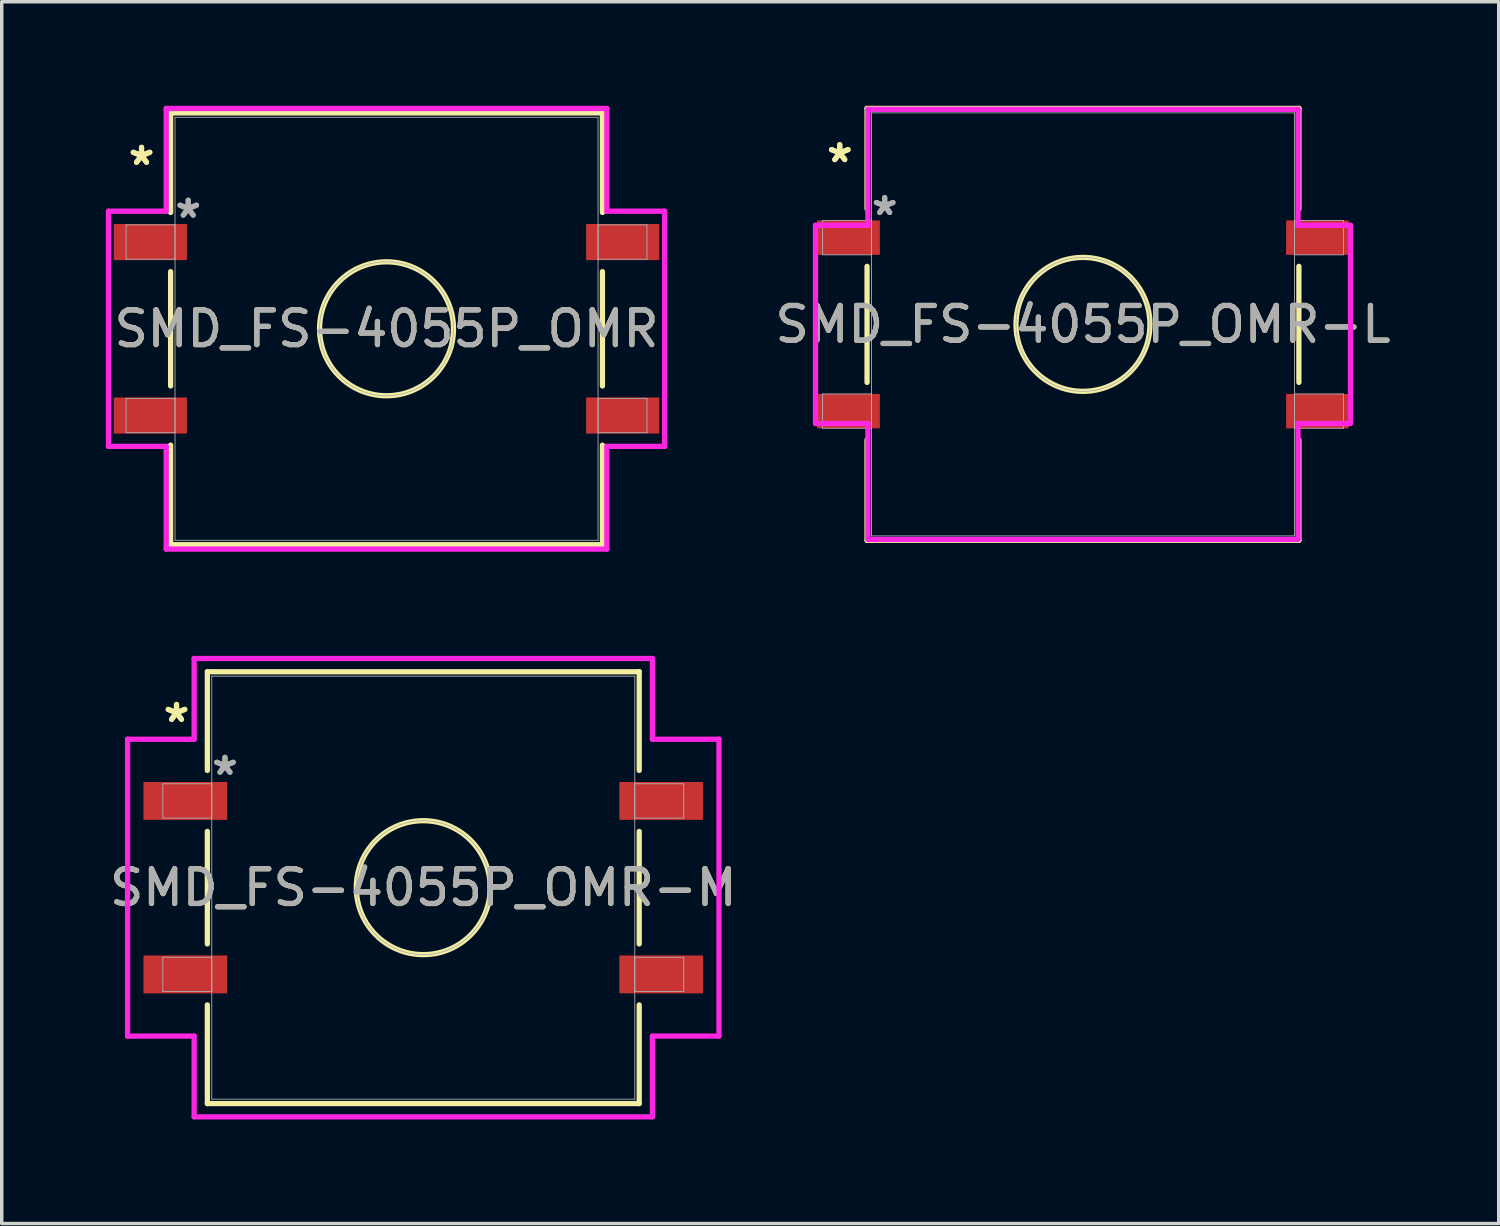
<source format=kicad_pcb>
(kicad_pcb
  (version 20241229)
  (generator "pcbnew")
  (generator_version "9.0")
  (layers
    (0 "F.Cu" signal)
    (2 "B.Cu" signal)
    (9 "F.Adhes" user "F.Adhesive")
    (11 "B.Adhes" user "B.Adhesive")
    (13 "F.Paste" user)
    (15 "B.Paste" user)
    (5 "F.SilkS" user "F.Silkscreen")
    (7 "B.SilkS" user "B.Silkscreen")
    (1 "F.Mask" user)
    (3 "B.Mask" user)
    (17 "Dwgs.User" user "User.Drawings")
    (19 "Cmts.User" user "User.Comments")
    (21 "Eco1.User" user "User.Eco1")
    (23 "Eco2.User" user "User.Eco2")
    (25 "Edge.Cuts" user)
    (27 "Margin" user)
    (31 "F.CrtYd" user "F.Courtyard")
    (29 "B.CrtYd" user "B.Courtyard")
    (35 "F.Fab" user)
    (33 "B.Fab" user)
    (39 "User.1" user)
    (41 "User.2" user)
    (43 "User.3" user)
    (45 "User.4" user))
  (footprint "SMD_FS-4055P_OMR-L"
    (layer "F.Cu")
    (at 28.162 6.299)
    (property "Reference" "SMD_FS-4055P_OMR-L" (at 0 0 0) (unlocked yes) (layer "F.SilkS") (effects (font (size 1 1) (thickness 0.15))))
    (attr smd)
    (fp_line (start -6.223 -6.223) (end -6.223 -3.328) (stroke (width 0.152) (type solid)) (layer "F.SilkS"))
    (fp_line (start -6.223 -1.672) (end -6.223 1.672) (stroke (width 0.152) (type solid)) (layer "F.SilkS"))
    (fp_line (start -6.223 3.328) (end -6.223 6.223) (stroke (width 0.152) (type solid)) (layer "F.SilkS"))
    (fp_line (start -6.223 6.223) (end 6.223 6.223) (stroke (width 0.152) (type solid)) (layer "F.SilkS"))
    (fp_line (start 6.223 -6.223) (end -6.223 -6.223) (stroke (width 0.152) (type solid)) (layer "F.SilkS"))
    (fp_line (start 6.223 -3.328) (end 6.223 -6.223) (stroke (width 0.152) (type solid)) (layer "F.SilkS"))
    (fp_line (start 6.223 1.672) (end 6.223 -1.672) (stroke (width 0.152) (type solid)) (layer "F.SilkS"))
    (fp_line (start 6.223 6.223) (end 6.223 3.328) (stroke (width 0.152) (type solid)) (layer "F.SilkS"))
    (fp_circle (center 0 0) (end 1.93 0) (stroke (width 0.152) (type solid)) (fill no) (layer "F.SilkS"))
    (fp_line (start -7.709 -2.856) (end -6.198 -2.856) (stroke (width 0.152) (type solid)) (layer "F.CrtYd"))
    (fp_line (start -7.709 2.856) (end -7.709 -2.856) (stroke (width 0.152) (type solid)) (layer "F.CrtYd"))
    (fp_line (start -6.198 -6.198) (end 6.198 -6.198) (stroke (width 0.152) (type solid)) (layer "F.CrtYd"))
    (fp_line (start -6.198 -2.856) (end -6.198 -6.198) (stroke (width 0.152) (type solid)) (layer "F.CrtYd"))
    (fp_line (start -6.198 2.856) (end -7.709 2.856) (stroke (width 0.152) (type solid)) (layer "F.CrtYd"))
    (fp_line (start -6.198 6.198) (end -6.198 2.856) (stroke (width 0.152) (type solid)) (layer "F.CrtYd"))
    (fp_line (start 6.198 -6.198) (end 6.198 -2.856) (stroke (width 0.152) (type solid)) (layer "F.CrtYd"))
    (fp_line (start 6.198 -2.856) (end 7.709 -2.856) (stroke (width 0.152) (type solid)) (layer "F.CrtYd"))
    (fp_line (start 6.198 2.856) (end 6.198 6.198) (stroke (width 0.152) (type solid)) (layer "F.CrtYd"))
    (fp_line (start 6.198 6.198) (end -6.198 6.198) (stroke (width 0.152) (type solid)) (layer "F.CrtYd"))
    (fp_line (start 7.709 -2.856) (end 7.709 2.856) (stroke (width 0.152) (type solid)) (layer "F.CrtYd"))
    (fp_line (start 7.709 2.856) (end 6.198 2.856) (stroke (width 0.152) (type solid)) (layer "F.CrtYd"))
    (fp_line (start -7.506 -2.995) (end -7.506 -2.005) (stroke (width 0.025) (type solid)) (layer "F.Fab"))
    (fp_line (start -7.506 -2.005) (end -6.096 -2.005) (stroke (width 0.025) (type solid)) (layer "F.Fab"))
    (fp_line (start -7.506 2.005) (end -7.506 2.995) (stroke (width 0.025) (type solid)) (layer "F.Fab"))
    (fp_line (start -7.506 2.995) (end -6.096 2.995) (stroke (width 0.025) (type solid)) (layer "F.Fab"))
    (fp_line (start -6.096 -6.096) (end -6.096 6.096) (stroke (width 0.025) (type solid)) (layer "F.Fab"))
    (fp_line (start -6.096 -2.995) (end -7.506 -2.995) (stroke (width 0.025) (type solid)) (layer "F.Fab"))
    (fp_line (start -6.096 -2.005) (end -6.096 -2.995) (stroke (width 0.025) (type solid)) (layer "F.Fab"))
    (fp_line (start -6.096 2.005) (end -7.506 2.005) (stroke (width 0.025) (type solid)) (layer "F.Fab"))
    (fp_line (start -6.096 2.995) (end -6.096 2.005) (stroke (width 0.025) (type solid)) (layer "F.Fab"))
    (fp_line (start -6.096 6.096) (end 6.096 6.096) (stroke (width 0.025) (type solid)) (layer "F.Fab"))
    (fp_line (start 6.096 -6.096) (end -6.096 -6.096) (stroke (width 0.025) (type solid)) (layer "F.Fab"))
    (fp_line (start 6.096 -2.995) (end 6.096 -2.005) (stroke (width 0.025) (type solid)) (layer "F.Fab"))
    (fp_line (start 6.096 -2.005) (end 7.506 -2.005) (stroke (width 0.025) (type solid)) (layer "F.Fab"))
    (fp_line (start 6.096 2.005) (end 6.096 2.995) (stroke (width 0.025) (type solid)) (layer "F.Fab"))
    (fp_line (start 6.096 2.995) (end 7.506 2.995) (stroke (width 0.025) (type solid)) (layer "F.Fab"))
    (fp_line (start 6.096 6.096) (end 6.096 -6.096) (stroke (width 0.025) (type solid)) (layer "F.Fab"))
    (fp_line (start 7.506 -2.995) (end 6.096 -2.995) (stroke (width 0.025) (type solid)) (layer "F.Fab"))
    (fp_line (start 7.506 -2.005) (end 7.506 -2.995) (stroke (width 0.025) (type solid)) (layer "F.Fab"))
    (fp_line (start 7.506 2.005) (end 6.096 2.005) (stroke (width 0.025) (type solid)) (layer "F.Fab"))
    (fp_line (start 7.506 2.995) (end 7.506 2.005) (stroke (width 0.025) (type solid)) (layer "F.Fab"))
    (fp_circle (center 0 0) (end 1.93 0) (stroke (width 0.025) (type solid)) (fill no) (layer "F.Fab"))
    (fp_text user "*" (at -7.01 -4.634 0) (layer "F.SilkS") (effects (font (size 1 1) (thickness 0.15))))
    (fp_text user "*" (at -7.01 -4.634 0) (unlocked yes) (layer "F.SilkS") (effects (font (size 1 1) (thickness 0.15))))
    (fp_text user "*" (at -5.715 -3.11 0) (unlocked yes) (layer "F.Fab") (effects (font (size 1 1) (thickness 0.15))))
    (fp_text user "${REFERENCE}" (at 0 0 0) (unlocked yes) (layer "F.Fab") (effects (font (size 1 1) (thickness 0.15))))
    (fp_text user "*" (at -5.715 -3.11 0) (layer "F.Fab") (effects (font (size 1 1) (thickness 0.15))))
    (pad "1" smd rect (at -6.756 -2.5) (size 1.803 0.991) (layers "F.Cu" "F.Mask" "F.Paste"))
    (pad "2" smd rect (at 6.756 -2.5) (size 1.803 0.991) (layers "F.Cu" "F.Mask" "F.Paste"))
    (pad "3" smd rect (at -6.756 2.5) (size 1.803 0.991) (layers "F.Cu" "F.Mask" "F.Paste"))
    (pad "4" smd rect (at 6.756 2.5) (size 1.803 0.991) (layers "F.Cu" "F.Mask" "F.Paste")))
  (footprint "SMD_FS-4055P_OMR-M"
    (layer "F.Cu")
    (at 9.149 22.533)
    (property "Reference" "SMD_FS-4055P_OMR-M" (at 0 0 0) (unlocked yes) (layer "F.SilkS") (effects (font (size 1 1) (thickness 0.15))))
    (attr smd)
    (fp_line (start -6.223 -6.223) (end -6.223 -3.379) (stroke (width 0.152) (type solid)) (layer "F.SilkS"))
    (fp_line (start -6.223 -1.621) (end -6.223 1.621) (stroke (width 0.152) (type solid)) (layer "F.SilkS"))
    (fp_line (start -6.223 3.379) (end -6.223 6.223) (stroke (width 0.152) (type solid)) (layer "F.SilkS"))
    (fp_line (start -6.223 6.223) (end 6.223 6.223) (stroke (width 0.152) (type solid)) (layer "F.SilkS"))
    (fp_line (start 6.223 -6.223) (end -6.223 -6.223) (stroke (width 0.152) (type solid)) (layer "F.SilkS"))
    (fp_line (start 6.223 -3.379) (end 6.223 -6.223) (stroke (width 0.152) (type solid)) (layer "F.SilkS"))
    (fp_line (start 6.223 1.621) (end 6.223 -1.621) (stroke (width 0.152) (type solid)) (layer "F.SilkS"))
    (fp_line (start 6.223 6.223) (end 6.223 3.379) (stroke (width 0.152) (type solid)) (layer "F.SilkS"))
    (fp_circle (center 0 0) (end 1.93 0) (stroke (width 0.152) (type solid)) (fill no) (layer "F.SilkS"))
    (fp_line (start -8.522 -4.278) (end -6.604 -4.278) (stroke (width 0.152) (type solid)) (layer "F.CrtYd"))
    (fp_line (start -8.522 4.278) (end -8.522 -4.278) (stroke (width 0.152) (type solid)) (layer "F.CrtYd"))
    (fp_line (start -6.604 -6.604) (end 6.604 -6.604) (stroke (width 0.152) (type solid)) (layer "F.CrtYd"))
    (fp_line (start -6.604 -4.278) (end -6.604 -6.604) (stroke (width 0.152) (type solid)) (layer "F.CrtYd"))
    (fp_line (start -6.604 4.278) (end -8.522 4.278) (stroke (width 0.152) (type solid)) (layer "F.CrtYd"))
    (fp_line (start -6.604 6.604) (end -6.604 4.278) (stroke (width 0.152) (type solid)) (layer "F.CrtYd"))
    (fp_line (start 6.604 -6.604) (end 6.604 -4.278) (stroke (width 0.152) (type solid)) (layer "F.CrtYd"))
    (fp_line (start 6.604 -4.278) (end 8.522 -4.278) (stroke (width 0.152) (type solid)) (layer "F.CrtYd"))
    (fp_line (start 6.604 4.278) (end 6.604 6.604) (stroke (width 0.152) (type solid)) (layer "F.CrtYd"))
    (fp_line (start 6.604 6.604) (end -6.604 6.604) (stroke (width 0.152) (type solid)) (layer "F.CrtYd"))
    (fp_line (start 8.522 -4.278) (end 8.522 4.278) (stroke (width 0.152) (type solid)) (layer "F.CrtYd"))
    (fp_line (start 8.522 4.278) (end 6.604 4.278) (stroke (width 0.152) (type solid)) (layer "F.CrtYd"))
    (fp_line (start -7.506 -2.995) (end -7.506 -2.005) (stroke (width 0.025) (type solid)) (layer "F.Fab"))
    (fp_line (start -7.506 -2.005) (end -6.096 -2.005) (stroke (width 0.025) (type solid)) (layer "F.Fab"))
    (fp_line (start -7.506 2.005) (end -7.506 2.995) (stroke (width 0.025) (type solid)) (layer "F.Fab"))
    (fp_line (start -7.506 2.995) (end -6.096 2.995) (stroke (width 0.025) (type solid)) (layer "F.Fab"))
    (fp_line (start -6.096 -6.096) (end -6.096 6.096) (stroke (width 0.025) (type solid)) (layer "F.Fab"))
    (fp_line (start -6.096 -2.995) (end -7.506 -2.995) (stroke (width 0.025) (type solid)) (layer "F.Fab"))
    (fp_line (start -6.096 -2.005) (end -6.096 -2.995) (stroke (width 0.025) (type solid)) (layer "F.Fab"))
    (fp_line (start -6.096 2.005) (end -7.506 2.005) (stroke (width 0.025) (type solid)) (layer "F.Fab"))
    (fp_line (start -6.096 2.995) (end -6.096 2.005) (stroke (width 0.025) (type solid)) (layer "F.Fab"))
    (fp_line (start -6.096 6.096) (end 6.096 6.096) (stroke (width 0.025) (type solid)) (layer "F.Fab"))
    (fp_line (start 6.096 -6.096) (end -6.096 -6.096) (stroke (width 0.025) (type solid)) (layer "F.Fab"))
    (fp_line (start 6.096 -2.995) (end 6.096 -2.005) (stroke (width 0.025) (type solid)) (layer "F.Fab"))
    (fp_line (start 6.096 -2.005) (end 7.506 -2.005) (stroke (width 0.025) (type solid)) (layer "F.Fab"))
    (fp_line (start 6.096 2.005) (end 6.096 2.995) (stroke (width 0.025) (type solid)) (layer "F.Fab"))
    (fp_line (start 6.096 2.995) (end 7.506 2.995) (stroke (width 0.025) (type solid)) (layer "F.Fab"))
    (fp_line (start 6.096 6.096) (end 6.096 -6.096) (stroke (width 0.025) (type solid)) (layer "F.Fab"))
    (fp_line (start 7.506 -2.995) (end 6.096 -2.995) (stroke (width 0.025) (type solid)) (layer "F.Fab"))
    (fp_line (start 7.506 -2.005) (end 7.506 -2.995) (stroke (width 0.025) (type solid)) (layer "F.Fab"))
    (fp_line (start 7.506 2.005) (end 6.096 2.005) (stroke (width 0.025) (type solid)) (layer "F.Fab"))
    (fp_line (start 7.506 2.995) (end 7.506 2.005) (stroke (width 0.025) (type solid)) (layer "F.Fab"))
    (fp_circle (center 0 0) (end 1.93 0) (stroke (width 0.025) (type solid)) (fill no) (layer "F.Fab"))
    (fp_text user "*" (at -7.112 -4.735 0) (unlocked yes) (layer "F.SilkS") (effects (font (size 1 1) (thickness 0.15))))
    (fp_text user "*" (at -7.112 -4.735 0) (layer "F.SilkS") (effects (font (size 1 1) (thickness 0.15))))
    (fp_text user "*" (at -5.715 -3.211 0) (unlocked yes) (layer "F.Fab") (effects (font (size 1 1) (thickness 0.15))))
    (fp_text user "*" (at -5.715 -3.211 0) (layer "F.Fab") (effects (font (size 1 1) (thickness 0.15))))
    (fp_text user "${REFERENCE}" (at 0 0 0) (unlocked yes) (layer "F.Fab") (effects (font (size 1 1) (thickness 0.15))))
    (pad "1" smd rect (at -6.858 -2.5) (size 2.413 1.092) (layers "F.Cu" "F.Mask" "F.Paste"))
    (pad "2" smd rect (at 6.858 -2.5) (size 2.413 1.092) (layers "F.Cu" "F.Mask" "F.Paste"))
    (pad "3" smd rect (at -6.858 2.5) (size 2.413 1.092) (layers "F.Cu" "F.Mask" "F.Paste"))
    (pad "4" smd rect (at 6.858 2.5) (size 2.413 1.092) (layers "F.Cu" "F.Mask" "F.Paste")))
  (footprint "SMD_FS-4055P_OMR"
    (layer "F.Cu")
    (at 8.09 6.426)
    (property "Reference" "SMD_FS-4055P_OMR" (at 0 0 0) (unlocked yes) (layer "F.SilkS") (effects (font (size 1 1) (thickness 0.15))))
    (attr smd)
    (fp_line (start -6.223 -6.223) (end -6.223 -3.353) (stroke (width 0.152) (type solid)) (layer "F.SilkS"))
    (fp_line (start -6.223 -1.647) (end -6.223 1.647) (stroke (width 0.152) (type solid)) (layer "F.SilkS"))
    (fp_line (start -6.223 3.353) (end -6.223 6.223) (stroke (width 0.152) (type solid)) (layer "F.SilkS"))
    (fp_line (start -6.223 6.223) (end 6.223 6.223) (stroke (width 0.152) (type solid)) (layer "F.SilkS"))
    (fp_line (start 6.223 -6.223) (end -6.223 -6.223) (stroke (width 0.152) (type solid)) (layer "F.SilkS"))
    (fp_line (start 6.223 -3.353) (end 6.223 -6.223) (stroke (width 0.152) (type solid)) (layer "F.SilkS"))
    (fp_line (start 6.223 1.647) (end 6.223 -1.647) (stroke (width 0.152) (type solid)) (layer "F.SilkS"))
    (fp_line (start 6.223 6.223) (end 6.223 3.353) (stroke (width 0.152) (type solid)) (layer "F.SilkS"))
    (fp_circle (center 0 0) (end 1.93 0) (stroke (width 0.152) (type solid)) (fill no) (layer "F.SilkS"))
    (fp_line (start -8.014 -3.389) (end -6.35 -3.389) (stroke (width 0.152) (type solid)) (layer "F.CrtYd"))
    (fp_line (start -8.014 3.389) (end -8.014 -3.389) (stroke (width 0.152) (type solid)) (layer "F.CrtYd"))
    (fp_line (start -6.35 -6.35) (end 6.35 -6.35) (stroke (width 0.152) (type solid)) (layer "F.CrtYd"))
    (fp_line (start -6.35 -3.389) (end -6.35 -6.35) (stroke (width 0.152) (type solid)) (layer "F.CrtYd"))
    (fp_line (start -6.35 3.389) (end -8.014 3.389) (stroke (width 0.152) (type solid)) (layer "F.CrtYd"))
    (fp_line (start -6.35 6.35) (end -6.35 3.389) (stroke (width 0.152) (type solid)) (layer "F.CrtYd"))
    (fp_line (start 6.35 -6.35) (end 6.35 -3.389) (stroke (width 0.152) (type solid)) (layer "F.CrtYd"))
    (fp_line (start 6.35 -3.389) (end 8.014 -3.389) (stroke (width 0.152) (type solid)) (layer "F.CrtYd"))
    (fp_line (start 6.35 3.389) (end 6.35 6.35) (stroke (width 0.152) (type solid)) (layer "F.CrtYd"))
    (fp_line (start 6.35 6.35) (end -6.35 6.35) (stroke (width 0.152) (type solid)) (layer "F.CrtYd"))
    (fp_line (start 8.014 -3.389) (end 8.014 3.389) (stroke (width 0.152) (type solid)) (layer "F.CrtYd"))
    (fp_line (start 8.014 3.389) (end 6.35 3.389) (stroke (width 0.152) (type solid)) (layer "F.CrtYd"))
    (fp_line (start -7.506 -2.995) (end -7.506 -2.005) (stroke (width 0.025) (type solid)) (layer "F.Fab"))
    (fp_line (start -7.506 -2.005) (end -6.096 -2.005) (stroke (width 0.025) (type solid)) (layer "F.Fab"))
    (fp_line (start -7.506 2.005) (end -7.506 2.995) (stroke (width 0.025) (type solid)) (layer "F.Fab"))
    (fp_line (start -7.506 2.995) (end -6.096 2.995) (stroke (width 0.025) (type solid)) (layer "F.Fab"))
    (fp_line (start -6.096 -6.096) (end -6.096 6.096) (stroke (width 0.025) (type solid)) (layer "F.Fab"))
    (fp_line (start -6.096 -2.995) (end -7.506 -2.995) (stroke (width 0.025) (type solid)) (layer "F.Fab"))
    (fp_line (start -6.096 -2.005) (end -6.096 -2.995) (stroke (width 0.025) (type solid)) (layer "F.Fab"))
    (fp_line (start -6.096 2.005) (end -7.506 2.005) (stroke (width 0.025) (type solid)) (layer "F.Fab"))
    (fp_line (start -6.096 2.995) (end -6.096 2.005) (stroke (width 0.025) (type solid)) (layer "F.Fab"))
    (fp_line (start -6.096 6.096) (end 6.096 6.096) (stroke (width 0.025) (type solid)) (layer "F.Fab"))
    (fp_line (start 6.096 -6.096) (end -6.096 -6.096) (stroke (width 0.025) (type solid)) (layer "F.Fab"))
    (fp_line (start 6.096 -2.995) (end 6.096 -2.005) (stroke (width 0.025) (type solid)) (layer "F.Fab"))
    (fp_line (start 6.096 -2.005) (end 7.506 -2.005) (stroke (width 0.025) (type solid)) (layer "F.Fab"))
    (fp_line (start 6.096 2.005) (end 6.096 2.995) (stroke (width 0.025) (type solid)) (layer "F.Fab"))
    (fp_line (start 6.096 2.995) (end 7.506 2.995) (stroke (width 0.025) (type solid)) (layer "F.Fab"))
    (fp_line (start 6.096 6.096) (end 6.096 -6.096) (stroke (width 0.025) (type solid)) (layer "F.Fab"))
    (fp_line (start 7.506 -2.995) (end 6.096 -2.995) (stroke (width 0.025) (type solid)) (layer "F.Fab"))
    (fp_line (start 7.506 -2.005) (end 7.506 -2.995) (stroke (width 0.025) (type solid)) (layer "F.Fab"))
    (fp_line (start 7.506 2.005) (end 6.096 2.005) (stroke (width 0.025) (type solid)) (layer "F.Fab"))
    (fp_line (start 7.506 2.995) (end 7.506 2.005) (stroke (width 0.025) (type solid)) (layer "F.Fab"))
    (fp_circle (center 0 0) (end 1.93 0) (stroke (width 0.025) (type solid)) (fill no) (layer "F.Fab"))
    (fp_text user "*" (at -7.061 -4.684 0) (layer "F.SilkS") (effects (font (size 1 1) (thickness 0.15))))
    (fp_text user "*" (at -7.061 -4.684 0) (unlocked yes) (layer "F.SilkS") (effects (font (size 1 1) (thickness 0.15))))
    (fp_text user "*" (at -5.715 -3.16 0) (unlocked yes) (layer "F.Fab") (effects (font (size 1 1) (thickness 0.15))))
    (fp_text user "*" (at -5.715 -3.16 0) (layer "F.Fab") (effects (font (size 1 1) (thickness 0.15))))
    (fp_text user "${REFERENCE}" (at 0 0 0) (unlocked yes) (layer "F.Fab") (effects (font (size 1 1) (thickness 0.15))))
    (pad "1" smd rect (at -6.807 -2.5) (size 2.108 1.041) (layers "F.Cu" "F.Mask" "F.Paste"))
    (pad "2" smd rect (at 6.807 -2.5) (size 2.108 1.041) (layers "F.Cu" "F.Mask" "F.Paste"))
    (pad "3" smd rect (at -6.807 2.5) (size 2.108 1.041) (layers "F.Cu" "F.Mask" "F.Paste"))
    (pad "4" smd rect (at 6.807 2.5) (size 2.108 1.041) (layers "F.Cu" "F.Mask" "F.Paste")))
  (gr_rect
    (start -3 -3)
    (end 40.144 32.213)
    (stroke (width 0.1) (type default))
    (fill no)
    (layer "Edge.Cuts")))
</source>
